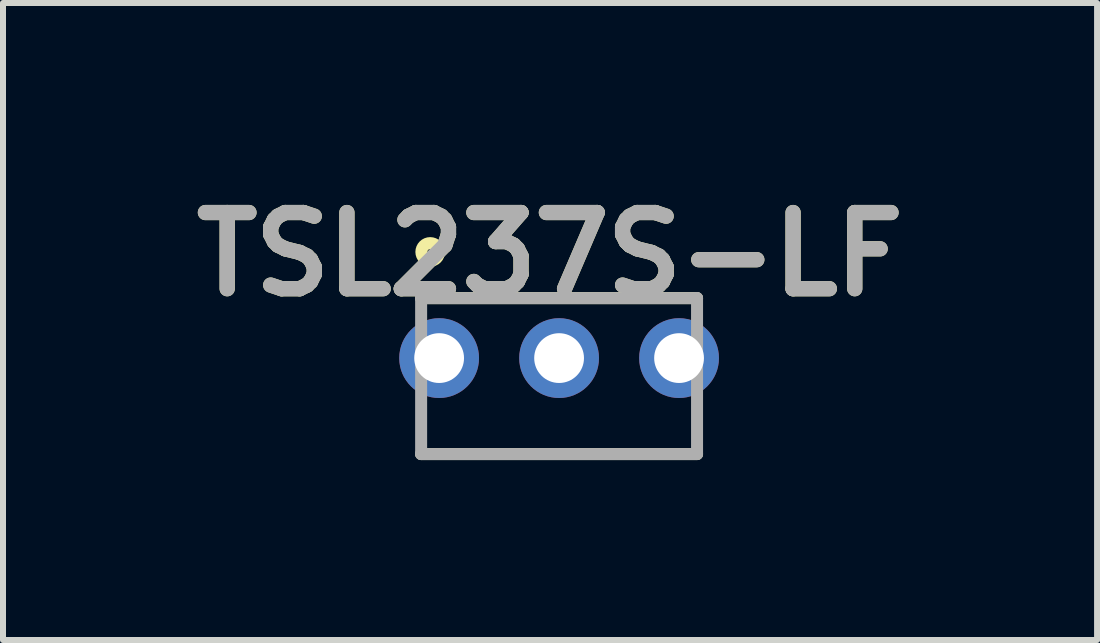
<source format=kicad_pcb>
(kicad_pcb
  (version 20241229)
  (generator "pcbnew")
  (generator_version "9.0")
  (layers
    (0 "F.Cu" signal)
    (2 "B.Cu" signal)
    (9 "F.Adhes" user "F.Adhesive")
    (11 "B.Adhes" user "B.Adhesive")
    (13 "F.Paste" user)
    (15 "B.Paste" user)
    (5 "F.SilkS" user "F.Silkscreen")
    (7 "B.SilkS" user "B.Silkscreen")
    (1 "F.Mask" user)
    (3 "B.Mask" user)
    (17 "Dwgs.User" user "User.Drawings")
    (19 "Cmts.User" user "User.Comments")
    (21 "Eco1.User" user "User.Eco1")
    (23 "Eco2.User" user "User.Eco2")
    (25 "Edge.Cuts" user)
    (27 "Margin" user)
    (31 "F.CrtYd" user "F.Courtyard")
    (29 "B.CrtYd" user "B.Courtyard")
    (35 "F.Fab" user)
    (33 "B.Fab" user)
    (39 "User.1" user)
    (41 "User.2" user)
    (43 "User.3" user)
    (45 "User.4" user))
  (footprint "TSL237S-LF"
    (layer "F.Cu")
    (at 6.271 2.92)
    (property "Reference" "TSL237S-LF" (at -0.151 -1.731 0) (layer "F.SilkS") (effects (font (size 1.27 1.27) (thickness 0.254))))
    (attr through_hole)
    (fp_line (start -2.3 -1) (end 2.3 -1) (stroke (width 0.2) (type solid)) (layer "F.SilkS"))
    (fp_line (start 2.3 1.6) (end -2.3 1.6) (stroke (width 0.2) (type solid)) (layer "F.SilkS"))
    (fp_circle (center -2.149 -1.77) (end -2.149 -1.723) (stroke (width 0.2) (type solid)) (fill no) (layer "F.SilkS"))
    (fp_line (start -2.3 -1) (end 2.3 -1) (stroke (width 0.2) (type solid)) (layer "F.Fab"))
    (fp_line (start -2.3 1.6) (end -2.3 -1) (stroke (width 0.2) (type solid)) (layer "F.Fab"))
    (fp_line (start 2.3 -1) (end 2.3 1.6) (stroke (width 0.2) (type solid)) (layer "F.Fab"))
    (fp_line (start 2.3 1.6) (end -2.3 1.6) (stroke (width 0.2) (type solid)) (layer "F.Fab"))
    (fp_text user "${REFERENCE}" (at -0.151 -1.731 0) (layer "F.Fab") (effects (font (size 1.27 1.27) (thickness 0.254))))
    (pad "1" thru_hole circle (at -2 0) (size 1.33 1.33) (drill 0.83) (layers "*.Cu" "*.Mask"))
    (pad "2" thru_hole circle (at 0 0) (size 1.33 1.33) (drill 0.83) (layers "*.Cu" "*.Mask"))
    (pad "3" thru_hole circle (at 2 0) (size 1.33 1.33) (drill 0.83) (layers "*.Cu" "*.Mask")))
  (gr_rect
    (start -3 -3)
    (end 15.24 7.62)
    (stroke (width 0.1) (type default))
    (fill no)
    (layer "Edge.Cuts")))
</source>
